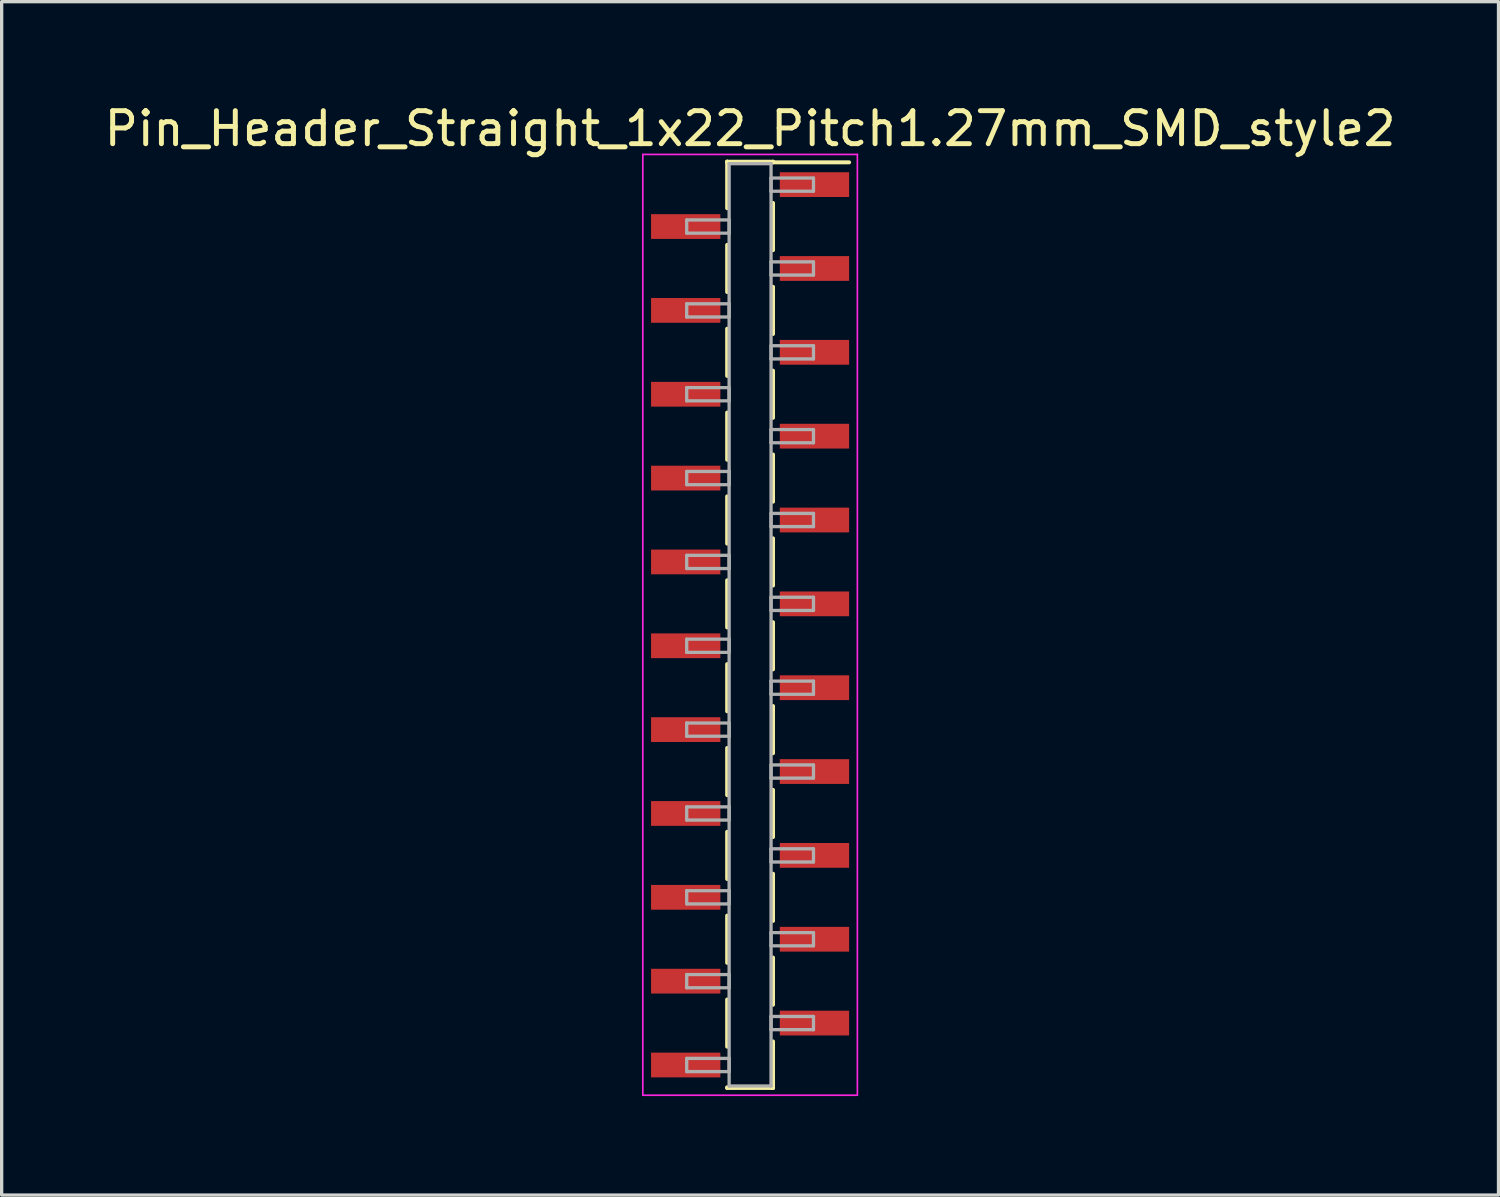
<source format=kicad_pcb>
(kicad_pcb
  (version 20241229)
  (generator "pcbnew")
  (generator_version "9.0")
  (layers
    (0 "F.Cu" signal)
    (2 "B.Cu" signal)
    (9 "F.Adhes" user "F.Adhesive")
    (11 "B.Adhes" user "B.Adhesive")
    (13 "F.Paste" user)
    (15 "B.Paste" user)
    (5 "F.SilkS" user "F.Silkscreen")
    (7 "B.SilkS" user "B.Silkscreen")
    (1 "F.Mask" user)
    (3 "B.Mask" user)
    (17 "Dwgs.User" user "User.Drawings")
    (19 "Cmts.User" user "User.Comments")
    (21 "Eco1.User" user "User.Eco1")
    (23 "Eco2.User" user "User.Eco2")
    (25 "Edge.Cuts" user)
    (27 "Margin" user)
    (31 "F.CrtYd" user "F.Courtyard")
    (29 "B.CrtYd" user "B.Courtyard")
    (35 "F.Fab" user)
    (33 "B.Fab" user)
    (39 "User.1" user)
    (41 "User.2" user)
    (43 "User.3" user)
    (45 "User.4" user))
  (footprint "Pin_Header_Straight_1x22_Pitch1.27mm_SMD_style2"
    (layer "F.Cu")
    (at 19.673 15.878)
    (property "Reference" "Pin_Header_Straight_1x22_Pitch1.27mm_SMD_style2" (at 0 -15.03 0) (layer "F.SilkS") (effects (font (size 1 1) (thickness 0.15))))
    (attr smd)
    (fp_line (start -0.695 -14.03) (end -0.695 -12.62) (stroke (width 0.12) (type solid)) (layer "F.SilkS"))
    (fp_line (start -0.695 -14.03) (end 0.695 -14.03) (stroke (width 0.12) (type solid)) (layer "F.SilkS"))
    (fp_line (start -0.695 -14.01) (end -0.695 -14.03) (stroke (width 0.12) (type solid)) (layer "F.SilkS"))
    (fp_line (start -0.695 -11.51) (end -0.695 -10.08) (stroke (width 0.12) (type solid)) (layer "F.SilkS"))
    (fp_line (start -0.695 -8.97) (end -0.695 -7.54) (stroke (width 0.12) (type solid)) (layer "F.SilkS"))
    (fp_line (start -0.695 -6.43) (end -0.695 -5) (stroke (width 0.12) (type solid)) (layer "F.SilkS"))
    (fp_line (start -0.695 -3.89) (end -0.695 -2.46) (stroke (width 0.12) (type solid)) (layer "F.SilkS"))
    (fp_line (start -0.695 -1.35) (end -0.695 0.08) (stroke (width 0.12) (type solid)) (layer "F.SilkS"))
    (fp_line (start -0.695 1.19) (end -0.695 2.62) (stroke (width 0.12) (type solid)) (layer "F.SilkS"))
    (fp_line (start -0.695 3.73) (end -0.695 5.16) (stroke (width 0.12) (type solid)) (layer "F.SilkS"))
    (fp_line (start -0.695 6.27) (end -0.695 7.7) (stroke (width 0.12) (type solid)) (layer "F.SilkS"))
    (fp_line (start -0.695 8.81) (end -0.695 10.24) (stroke (width 0.12) (type solid)) (layer "F.SilkS"))
    (fp_line (start -0.695 11.35) (end -0.695 12.78) (stroke (width 0.12) (type solid)) (layer "F.SilkS"))
    (fp_line (start -0.695 14.01) (end -0.695 14.03) (stroke (width 0.12) (type solid)) (layer "F.SilkS"))
    (fp_line (start -0.695 14.03) (end 0.695 14.03) (stroke (width 0.12) (type solid)) (layer "F.SilkS"))
    (fp_line (start 0.695 -14.03) (end 0.695 -14.01) (stroke (width 0.12) (type solid)) (layer "F.SilkS"))
    (fp_line (start 0.695 -14.01) (end 3 -14.01) (stroke (width 0.12) (type solid)) (layer "F.SilkS"))
    (fp_line (start 0.695 -12.78) (end 0.695 -11.35) (stroke (width 0.12) (type solid)) (layer "F.SilkS"))
    (fp_line (start 0.695 -10.24) (end 0.695 -8.81) (stroke (width 0.12) (type solid)) (layer "F.SilkS"))
    (fp_line (start 0.695 -7.7) (end 0.695 -6.27) (stroke (width 0.12) (type solid)) (layer "F.SilkS"))
    (fp_line (start 0.695 -5.16) (end 0.695 -3.73) (stroke (width 0.12) (type solid)) (layer "F.SilkS"))
    (fp_line (start 0.695 -2.62) (end 0.695 -1.19) (stroke (width 0.12) (type solid)) (layer "F.SilkS"))
    (fp_line (start 0.695 -0.08) (end 0.695 1.35) (stroke (width 0.12) (type solid)) (layer "F.SilkS"))
    (fp_line (start 0.695 2.46) (end 0.695 3.89) (stroke (width 0.12) (type solid)) (layer "F.SilkS"))
    (fp_line (start 0.695 5) (end 0.695 6.43) (stroke (width 0.12) (type solid)) (layer "F.SilkS"))
    (fp_line (start 0.695 7.54) (end 0.695 8.97) (stroke (width 0.12) (type solid)) (layer "F.SilkS"))
    (fp_line (start 0.695 10.08) (end 0.695 11.51) (stroke (width 0.12) (type solid)) (layer "F.SilkS"))
    (fp_line (start 0.695 12.62) (end 0.695 14.03) (stroke (width 0.12) (type solid)) (layer "F.SilkS"))
    (fp_line (start 0.695 14.03) (end 0.695 14.01) (stroke (width 0.12) (type solid)) (layer "F.SilkS"))
    (fp_line (start -3.25 -14.25) (end -3.25 14.25) (stroke (width 0.05) (type solid)) (layer "F.CrtYd"))
    (fp_line (start -3.25 14.25) (end 3.25 14.25) (stroke (width 0.05) (type solid)) (layer "F.CrtYd"))
    (fp_line (start 3.25 -14.25) (end -3.25 -14.25) (stroke (width 0.05) (type solid)) (layer "F.CrtYd"))
    (fp_line (start 3.25 14.25) (end 3.25 -14.25) (stroke (width 0.05) (type solid)) (layer "F.CrtYd"))
    (fp_line (start -1.92 -12.265) (end -0.635 -12.265) (stroke (width 0.1) (type solid)) (layer "F.Fab"))
    (fp_line (start -1.92 -11.865) (end -1.92 -12.265) (stroke (width 0.1) (type solid)) (layer "F.Fab"))
    (fp_line (start -1.92 -9.725) (end -0.635 -9.725) (stroke (width 0.1) (type solid)) (layer "F.Fab"))
    (fp_line (start -1.92 -9.325) (end -1.92 -9.725) (stroke (width 0.1) (type solid)) (layer "F.Fab"))
    (fp_line (start -1.92 -7.185) (end -0.635 -7.185) (stroke (width 0.1) (type solid)) (layer "F.Fab"))
    (fp_line (start -1.92 -6.785) (end -1.92 -7.185) (stroke (width 0.1) (type solid)) (layer "F.Fab"))
    (fp_line (start -1.92 -4.645) (end -0.635 -4.645) (stroke (width 0.1) (type solid)) (layer "F.Fab"))
    (fp_line (start -1.92 -4.245) (end -1.92 -4.645) (stroke (width 0.1) (type solid)) (layer "F.Fab"))
    (fp_line (start -1.92 -2.105) (end -0.635 -2.105) (stroke (width 0.1) (type solid)) (layer "F.Fab"))
    (fp_line (start -1.92 -1.705) (end -1.92 -2.105) (stroke (width 0.1) (type solid)) (layer "F.Fab"))
    (fp_line (start -1.92 0.435) (end -0.635 0.435) (stroke (width 0.1) (type solid)) (layer "F.Fab"))
    (fp_line (start -1.92 0.835) (end -1.92 0.435) (stroke (width 0.1) (type solid)) (layer "F.Fab"))
    (fp_line (start -1.92 2.975) (end -0.635 2.975) (stroke (width 0.1) (type solid)) (layer "F.Fab"))
    (fp_line (start -1.92 3.375) (end -1.92 2.975) (stroke (width 0.1) (type solid)) (layer "F.Fab"))
    (fp_line (start -1.92 5.515) (end -0.635 5.515) (stroke (width 0.1) (type solid)) (layer "F.Fab"))
    (fp_line (start -1.92 5.915) (end -1.92 5.515) (stroke (width 0.1) (type solid)) (layer "F.Fab"))
    (fp_line (start -1.92 8.055) (end -0.635 8.055) (stroke (width 0.1) (type solid)) (layer "F.Fab"))
    (fp_line (start -1.92 8.455) (end -1.92 8.055) (stroke (width 0.1) (type solid)) (layer "F.Fab"))
    (fp_line (start -1.92 10.595) (end -0.635 10.595) (stroke (width 0.1) (type solid)) (layer "F.Fab"))
    (fp_line (start -1.92 10.995) (end -1.92 10.595) (stroke (width 0.1) (type solid)) (layer "F.Fab"))
    (fp_line (start -1.92 13.135) (end -0.635 13.135) (stroke (width 0.1) (type solid)) (layer "F.Fab"))
    (fp_line (start -1.92 13.535) (end -1.92 13.135) (stroke (width 0.1) (type solid)) (layer "F.Fab"))
    (fp_line (start -0.635 -13.97) (end -0.635 13.97) (stroke (width 0.1) (type solid)) (layer "F.Fab"))
    (fp_line (start -0.635 -12.265) (end -0.635 -11.865) (stroke (width 0.1) (type solid)) (layer "F.Fab"))
    (fp_line (start -0.635 -11.865) (end -1.92 -11.865) (stroke (width 0.1) (type solid)) (layer "F.Fab"))
    (fp_line (start -0.635 -9.725) (end -0.635 -9.325) (stroke (width 0.1) (type solid)) (layer "F.Fab"))
    (fp_line (start -0.635 -9.325) (end -1.92 -9.325) (stroke (width 0.1) (type solid)) (layer "F.Fab"))
    (fp_line (start -0.635 -7.185) (end -0.635 -6.785) (stroke (width 0.1) (type solid)) (layer "F.Fab"))
    (fp_line (start -0.635 -6.785) (end -1.92 -6.785) (stroke (width 0.1) (type solid)) (layer "F.Fab"))
    (fp_line (start -0.635 -4.645) (end -0.635 -4.245) (stroke (width 0.1) (type solid)) (layer "F.Fab"))
    (fp_line (start -0.635 -4.245) (end -1.92 -4.245) (stroke (width 0.1) (type solid)) (layer "F.Fab"))
    (fp_line (start -0.635 -2.105) (end -0.635 -1.705) (stroke (width 0.1) (type solid)) (layer "F.Fab"))
    (fp_line (start -0.635 -1.705) (end -1.92 -1.705) (stroke (width 0.1) (type solid)) (layer "F.Fab"))
    (fp_line (start -0.635 0.435) (end -0.635 0.835) (stroke (width 0.1) (type solid)) (layer "F.Fab"))
    (fp_line (start -0.635 0.835) (end -1.92 0.835) (stroke (width 0.1) (type solid)) (layer "F.Fab"))
    (fp_line (start -0.635 2.975) (end -0.635 3.375) (stroke (width 0.1) (type solid)) (layer "F.Fab"))
    (fp_line (start -0.635 3.375) (end -1.92 3.375) (stroke (width 0.1) (type solid)) (layer "F.Fab"))
    (fp_line (start -0.635 5.515) (end -0.635 5.915) (stroke (width 0.1) (type solid)) (layer "F.Fab"))
    (fp_line (start -0.635 5.915) (end -1.92 5.915) (stroke (width 0.1) (type solid)) (layer "F.Fab"))
    (fp_line (start -0.635 8.055) (end -0.635 8.455) (stroke (width 0.1) (type solid)) (layer "F.Fab"))
    (fp_line (start -0.635 8.455) (end -1.92 8.455) (stroke (width 0.1) (type solid)) (layer "F.Fab"))
    (fp_line (start -0.635 10.595) (end -0.635 10.995) (stroke (width 0.1) (type solid)) (layer "F.Fab"))
    (fp_line (start -0.635 10.995) (end -1.92 10.995) (stroke (width 0.1) (type solid)) (layer "F.Fab"))
    (fp_line (start -0.635 13.135) (end -0.635 13.535) (stroke (width 0.1) (type solid)) (layer "F.Fab"))
    (fp_line (start -0.635 13.535) (end -1.92 13.535) (stroke (width 0.1) (type solid)) (layer "F.Fab"))
    (fp_line (start -0.635 13.97) (end 0.635 13.97) (stroke (width 0.1) (type solid)) (layer "F.Fab"))
    (fp_line (start 0.635 -13.97) (end -0.635 -13.97) (stroke (width 0.1) (type solid)) (layer "F.Fab"))
    (fp_line (start 0.635 -13.535) (end 0.635 -13.135) (stroke (width 0.1) (type solid)) (layer "F.Fab"))
    (fp_line (start 0.635 -13.135) (end 1.92 -13.135) (stroke (width 0.1) (type solid)) (layer "F.Fab"))
    (fp_line (start 0.635 -10.995) (end 0.635 -10.595) (stroke (width 0.1) (type solid)) (layer "F.Fab"))
    (fp_line (start 0.635 -10.595) (end 1.92 -10.595) (stroke (width 0.1) (type solid)) (layer "F.Fab"))
    (fp_line (start 0.635 -8.455) (end 0.635 -8.055) (stroke (width 0.1) (type solid)) (layer "F.Fab"))
    (fp_line (start 0.635 -8.055) (end 1.92 -8.055) (stroke (width 0.1) (type solid)) (layer "F.Fab"))
    (fp_line (start 0.635 -5.915) (end 0.635 -5.515) (stroke (width 0.1) (type solid)) (layer "F.Fab"))
    (fp_line (start 0.635 -5.515) (end 1.92 -5.515) (stroke (width 0.1) (type solid)) (layer "F.Fab"))
    (fp_line (start 0.635 -3.375) (end 0.635 -2.975) (stroke (width 0.1) (type solid)) (layer "F.Fab"))
    (fp_line (start 0.635 -2.975) (end 1.92 -2.975) (stroke (width 0.1) (type solid)) (layer "F.Fab"))
    (fp_line (start 0.635 -0.835) (end 0.635 -0.435) (stroke (width 0.1) (type solid)) (layer "F.Fab"))
    (fp_line (start 0.635 -0.435) (end 1.92 -0.435) (stroke (width 0.1) (type solid)) (layer "F.Fab"))
    (fp_line (start 0.635 1.705) (end 0.635 2.105) (stroke (width 0.1) (type solid)) (layer "F.Fab"))
    (fp_line (start 0.635 2.105) (end 1.92 2.105) (stroke (width 0.1) (type solid)) (layer "F.Fab"))
    (fp_line (start 0.635 4.245) (end 0.635 4.645) (stroke (width 0.1) (type solid)) (layer "F.Fab"))
    (fp_line (start 0.635 4.645) (end 1.92 4.645) (stroke (width 0.1) (type solid)) (layer "F.Fab"))
    (fp_line (start 0.635 6.785) (end 0.635 7.185) (stroke (width 0.1) (type solid)) (layer "F.Fab"))
    (fp_line (start 0.635 7.185) (end 1.92 7.185) (stroke (width 0.1) (type solid)) (layer "F.Fab"))
    (fp_line (start 0.635 9.325) (end 0.635 9.725) (stroke (width 0.1) (type solid)) (layer "F.Fab"))
    (fp_line (start 0.635 9.725) (end 1.92 9.725) (stroke (width 0.1) (type solid)) (layer "F.Fab"))
    (fp_line (start 0.635 11.865) (end 0.635 12.265) (stroke (width 0.1) (type solid)) (layer "F.Fab"))
    (fp_line (start 0.635 12.265) (end 1.92 12.265) (stroke (width 0.1) (type solid)) (layer "F.Fab"))
    (fp_line (start 0.635 13.97) (end 0.635 -13.97) (stroke (width 0.1) (type solid)) (layer "F.Fab"))
    (fp_line (start 1.92 -13.535) (end 0.635 -13.535) (stroke (width 0.1) (type solid)) (layer "F.Fab"))
    (fp_line (start 1.92 -13.135) (end 1.92 -13.535) (stroke (width 0.1) (type solid)) (layer "F.Fab"))
    (fp_line (start 1.92 -10.995) (end 0.635 -10.995) (stroke (width 0.1) (type solid)) (layer "F.Fab"))
    (fp_line (start 1.92 -10.595) (end 1.92 -10.995) (stroke (width 0.1) (type solid)) (layer "F.Fab"))
    (fp_line (start 1.92 -8.455) (end 0.635 -8.455) (stroke (width 0.1) (type solid)) (layer "F.Fab"))
    (fp_line (start 1.92 -8.055) (end 1.92 -8.455) (stroke (width 0.1) (type solid)) (layer "F.Fab"))
    (fp_line (start 1.92 -5.915) (end 0.635 -5.915) (stroke (width 0.1) (type solid)) (layer "F.Fab"))
    (fp_line (start 1.92 -5.515) (end 1.92 -5.915) (stroke (width 0.1) (type solid)) (layer "F.Fab"))
    (fp_line (start 1.92 -3.375) (end 0.635 -3.375) (stroke (width 0.1) (type solid)) (layer "F.Fab"))
    (fp_line (start 1.92 -2.975) (end 1.92 -3.375) (stroke (width 0.1) (type solid)) (layer "F.Fab"))
    (fp_line (start 1.92 -0.835) (end 0.635 -0.835) (stroke (width 0.1) (type solid)) (layer "F.Fab"))
    (fp_line (start 1.92 -0.435) (end 1.92 -0.835) (stroke (width 0.1) (type solid)) (layer "F.Fab"))
    (fp_line (start 1.92 1.705) (end 0.635 1.705) (stroke (width 0.1) (type solid)) (layer "F.Fab"))
    (fp_line (start 1.92 2.105) (end 1.92 1.705) (stroke (width 0.1) (type solid)) (layer "F.Fab"))
    (fp_line (start 1.92 4.245) (end 0.635 4.245) (stroke (width 0.1) (type solid)) (layer "F.Fab"))
    (fp_line (start 1.92 4.645) (end 1.92 4.245) (stroke (width 0.1) (type solid)) (layer "F.Fab"))
    (fp_line (start 1.92 6.785) (end 0.635 6.785) (stroke (width 0.1) (type solid)) (layer "F.Fab"))
    (fp_line (start 1.92 7.185) (end 1.92 6.785) (stroke (width 0.1) (type solid)) (layer "F.Fab"))
    (fp_line (start 1.92 9.325) (end 0.635 9.325) (stroke (width 0.1) (type solid)) (layer "F.Fab"))
    (fp_line (start 1.92 9.725) (end 1.92 9.325) (stroke (width 0.1) (type solid)) (layer "F.Fab"))
    (fp_line (start 1.92 11.865) (end 0.635 11.865) (stroke (width 0.1) (type solid)) (layer "F.Fab"))
    (fp_line (start 1.92 12.265) (end 1.92 11.865) (stroke (width 0.1) (type solid)) (layer "F.Fab"))
    (pad "1" smd rect (at 1.95 -13.335) (size 2.1 0.75) (layers "F.Cu" "F.Mask"))
    (pad "2" smd rect (at -1.95 -12.065) (size 2.1 0.75) (layers "F.Cu" "F.Mask"))
    (pad "3" smd rect (at 1.95 -10.795) (size 2.1 0.75) (layers "F.Cu" "F.Mask"))
    (pad "4" smd rect (at -1.95 -9.525) (size 2.1 0.75) (layers "F.Cu" "F.Mask"))
    (pad "5" smd rect (at 1.95 -8.255) (size 2.1 0.75) (layers "F.Cu" "F.Mask"))
    (pad "6" smd rect (at -1.95 -6.985) (size 2.1 0.75) (layers "F.Cu" "F.Mask"))
    (pad "7" smd rect (at 1.95 -5.715) (size 2.1 0.75) (layers "F.Cu" "F.Mask"))
    (pad "8" smd rect (at -1.95 -4.445) (size 2.1 0.75) (layers "F.Cu" "F.Mask"))
    (pad "9" smd rect (at 1.95 -3.175) (size 2.1 0.75) (layers "F.Cu" "F.Mask"))
    (pad "10" smd rect (at -1.95 -1.905) (size 2.1 0.75) (layers "F.Cu" "F.Mask"))
    (pad "11" smd rect (at 1.95 -0.635) (size 2.1 0.75) (layers "F.Cu" "F.Mask"))
    (pad "12" smd rect (at -1.95 0.635) (size 2.1 0.75) (layers "F.Cu" "F.Mask"))
    (pad "13" smd rect (at 1.95 1.905) (size 2.1 0.75) (layers "F.Cu" "F.Mask"))
    (pad "14" smd rect (at -1.95 3.175) (size 2.1 0.75) (layers "F.Cu" "F.Mask"))
    (pad "15" smd rect (at 1.95 4.445) (size 2.1 0.75) (layers "F.Cu" "F.Mask"))
    (pad "16" smd rect (at -1.95 5.715) (size 2.1 0.75) (layers "F.Cu" "F.Mask"))
    (pad "17" smd rect (at 1.95 6.985) (size 2.1 0.75) (layers "F.Cu" "F.Mask"))
    (pad "18" smd rect (at -1.95 8.255) (size 2.1 0.75) (layers "F.Cu" "F.Mask"))
    (pad "19" smd rect (at 1.95 9.525) (size 2.1 0.75) (layers "F.Cu" "F.Mask"))
    (pad "20" smd rect (at -1.95 10.795) (size 2.1 0.75) (layers "F.Cu" "F.Mask"))
    (pad "21" smd rect (at 1.95 12.065) (size 2.1 0.75) (layers "F.Cu" "F.Mask"))
    (pad "22" smd rect (at -1.95 13.335) (size 2.1 0.75) (layers "F.Cu" "F.Mask")))
  (gr_rect
    (start -3 -3)
    (end 42.345 33.153)
    (stroke (width 0.1) (type default))
    (fill no)
    (layer "Edge.Cuts")))
</source>
